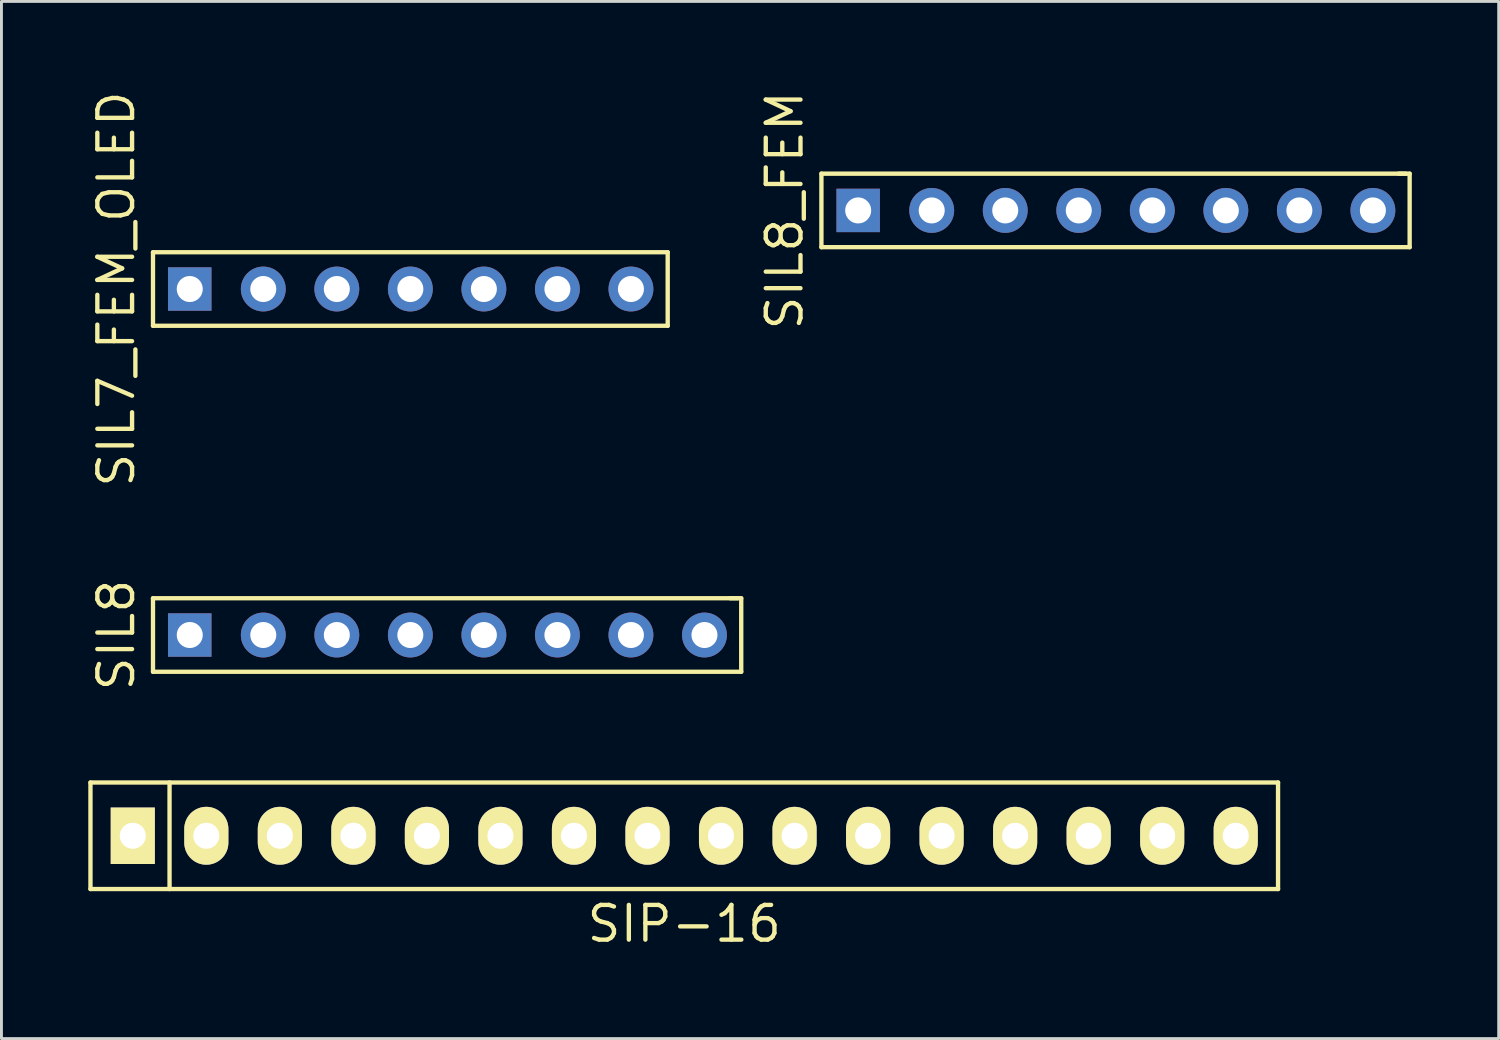
<source format=kicad_pcb>
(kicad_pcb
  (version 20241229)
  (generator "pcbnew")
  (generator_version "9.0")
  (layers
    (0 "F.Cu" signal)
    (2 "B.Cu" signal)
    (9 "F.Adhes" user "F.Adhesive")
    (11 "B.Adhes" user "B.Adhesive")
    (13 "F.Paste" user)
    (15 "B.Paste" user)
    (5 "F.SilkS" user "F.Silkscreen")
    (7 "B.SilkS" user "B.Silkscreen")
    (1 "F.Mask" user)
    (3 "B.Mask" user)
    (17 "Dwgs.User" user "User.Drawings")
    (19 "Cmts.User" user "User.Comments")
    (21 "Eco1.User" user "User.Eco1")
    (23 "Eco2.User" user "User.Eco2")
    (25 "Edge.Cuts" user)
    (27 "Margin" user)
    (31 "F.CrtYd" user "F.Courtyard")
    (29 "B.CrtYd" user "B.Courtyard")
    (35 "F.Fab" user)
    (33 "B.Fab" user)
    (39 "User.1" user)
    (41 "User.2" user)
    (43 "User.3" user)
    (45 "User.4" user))
  (footprint "SIL8"
    (layer "F.Cu")
    (at 8.585 18.886)
    (property "Reference" "SIL8" (at -7.62 0 90) (layer "F.SilkS") (effects (font (size 1.2 1.2) (thickness 0.15))))
    (attr through_hole)
    (fp_line (start -6.35 -1.27) (end 13.843 -1.27) (stroke (width 0.15) (type solid)) (layer "F.SilkS"))
    (fp_line (start -6.35 1.27) (end -6.35 -1.27) (stroke (width 0.15) (type solid)) (layer "F.SilkS"))
    (fp_line (start -6.35 1.27) (end 13.97 1.27) (stroke (width 0.15) (type solid)) (layer "F.SilkS"))
    (fp_line (start 13.97 -1.27) (end 13.589 -1.27) (stroke (width 0.15) (type solid)) (layer "F.SilkS"))
    (fp_line (start 13.97 1.27) (end 13.97 -1.27) (stroke (width 0.15) (type solid)) (layer "F.SilkS"))
    (pad "1" thru_hole rect (at -5.08 0) (size 1.5 1.5) (drill 0.9) (layers "*.Cu" "*.Mask"))
    (pad "2" thru_hole circle (at -2.54 0) (size 1.55 1.55) (drill 0.9) (layers "*.Cu" "*.Mask"))
    (pad "3" thru_hole circle (at 0 0) (size 1.55 1.55) (drill 0.9) (layers "*.Cu" "*.Mask"))
    (pad "4" thru_hole circle (at 2.54 0) (size 1.55 1.55) (drill 0.9) (layers "*.Cu" "*.Mask"))
    (pad "5" thru_hole circle (at 5.08 0) (size 1.55 1.55) (drill 0.9) (layers "*.Cu" "*.Mask"))
    (pad "6" thru_hole circle (at 7.62 0 90) (size 1.55 1.55) (drill 0.9) (layers "*.Cu" "*.Mask"))
    (pad "7" thru_hole circle (at 10.16 0) (size 1.55 1.55) (drill 0.9) (layers "*.Cu" "*.Mask"))
    (pad "8" thru_hole circle (at 12.7 0) (size 1.55 1.55) (drill 0.9) (layers "*.Cu" "*.Mask")))
  (footprint "SIL7_FEM_OLED"
    (layer "F.Cu")
    (at 11.125 6.934)
    (property "Reference" "SIL7_FEM_OLED" (at -10.16 0 90) (layer "F.SilkS") (effects (font (size 1.2 1.2) (thickness 0.15))))
    (attr through_hole)
    (fp_line (start -8.89 -1.27) (end 8.89 -1.27) (stroke (width 0.15) (type solid)) (layer "F.SilkS"))
    (fp_line (start -8.89 1.27) (end -8.89 -1.27) (stroke (width 0.15) (type solid)) (layer "F.SilkS"))
    (fp_line (start -8.89 1.27) (end 8.89 1.27) (stroke (width 0.15) (type solid)) (layer "F.SilkS"))
    (fp_line (start 8.89 1.27) (end 8.89 -1.27) (stroke (width 0.15) (type solid)) (layer "F.SilkS"))
    (pad "1" thru_hole rect (at -7.62 0) (size 1.5 1.5) (drill 0.9) (layers "*.Cu" "*.Mask"))
    (pad "2" thru_hole circle (at -5.08 0) (size 1.55 1.55) (drill 0.9) (layers "*.Cu" "*.Mask"))
    (pad "3" thru_hole circle (at -2.54 0) (size 1.55 1.55) (drill 0.9) (layers "*.Cu" "*.Mask"))
    (pad "4" thru_hole circle (at 0 0) (size 1.55 1.55) (drill 0.9) (layers "*.Cu" "*.Mask"))
    (pad "5" thru_hole circle (at 2.54 0) (size 1.55 1.55) (drill 0.9) (layers "*.Cu" "*.Mask"))
    (pad "6" thru_hole circle (at 5.08 0 90) (size 1.55 1.55) (drill 0.9) (layers "*.Cu" "*.Mask"))
    (pad "7" thru_hole circle (at 7.62 0) (size 1.55 1.55) (drill 0.9) (layers "*.Cu" "*.Mask")))
  (footprint "SIP-16"
    (layer "F.Cu")
    (at 20.587 25.821)
    (property "Reference" "SIP-16" (at 0 3.04 0) (layer "F.SilkS") (effects (font (size 1.2 1.2) (thickness 0.15))))
    (attr through_hole)
    (fp_line (start -20.512 -1.84) (end 20.512 -1.84) (stroke (width 0.15) (type solid)) (layer "F.SilkS"))
    (fp_line (start -20.512 1.84) (end -20.512 -1.84) (stroke (width 0.15) (type solid)) (layer "F.SilkS"))
    (fp_line (start -17.78 -1.84) (end -17.78 1.84) (stroke (width 0.15) (type solid)) (layer "F.SilkS"))
    (fp_line (start 20.512 -1.84) (end 20.512 1.84) (stroke (width 0.15) (type solid)) (layer "F.SilkS"))
    (fp_line (start 20.512 1.84) (end -20.512 1.84) (stroke (width 0.15) (type solid)) (layer "F.SilkS"))
    (pad "1" thru_hole rect (at -19.05 0) (size 1.524 1.95) (drill 0.9) (layers "*.Cu" "*.Mask" "F.SilkS"))
    (pad "2" thru_hole oval (at -16.51 0) (size 1.524 2) (drill 0.9) (layers "*.Cu" "*.Mask" "F.SilkS"))
    (pad "3" thru_hole oval (at -13.97 0) (size 1.524 2) (drill 0.9) (layers "*.Cu" "*.Mask" "F.SilkS"))
    (pad "4" thru_hole oval (at -11.43 0) (size 1.524 2) (drill 0.9) (layers "*.Cu" "*.Mask" "F.SilkS"))
    (pad "5" thru_hole oval (at -8.89 0) (size 1.524 2) (drill 0.9) (layers "*.Cu" "*.Mask" "F.SilkS"))
    (pad "6" thru_hole oval (at -6.35 0) (size 1.524 2) (drill 0.9) (layers "*.Cu" "*.Mask" "F.SilkS"))
    (pad "7" thru_hole oval (at -3.81 0) (size 1.524 2) (drill 0.9) (layers "*.Cu" "*.Mask" "F.SilkS"))
    (pad "8" thru_hole oval (at -1.27 0) (size 1.524 2) (drill 0.9) (layers "*.Cu" "*.Mask" "F.SilkS"))
    (pad "9" thru_hole oval (at 1.27 0) (size 1.524 2) (drill 0.9) (layers "*.Cu" "*.Mask" "F.SilkS"))
    (pad "10" thru_hole oval (at 3.81 0) (size 1.524 2) (drill 0.9) (layers "*.Cu" "*.Mask" "F.SilkS"))
    (pad "11" thru_hole oval (at 6.35 0) (size 1.524 2) (drill 0.9) (layers "*.Cu" "*.Mask" "F.SilkS"))
    (pad "12" thru_hole oval (at 8.89 0) (size 1.524 2) (drill 0.9) (layers "*.Cu" "*.Mask" "F.SilkS"))
    (pad "13" thru_hole oval (at 11.43 0) (size 1.524 2) (drill 0.9) (layers "*.Cu" "*.Mask" "F.SilkS"))
    (pad "14" thru_hole oval (at 13.97 0) (size 1.524 2) (drill 0.9) (layers "*.Cu" "*.Mask" "F.SilkS"))
    (pad "15" thru_hole oval (at 16.51 0) (size 1.524 2) (drill 0.9) (layers "*.Cu" "*.Mask" "F.SilkS"))
    (pad "16" thru_hole oval (at 19.05 0) (size 1.524 2) (drill 0.9) (layers "*.Cu" "*.Mask" "F.SilkS")))
  (footprint "SIL8_FEM"
    (layer "F.Cu")
    (at 31.675 4.219)
    (property "Reference" "SIL8_FEM" (at -7.62 0 90) (layer "F.SilkS") (effects (font (size 1.2 1.2) (thickness 0.15))))
    (attr through_hole)
    (fp_line (start -6.35 -1.27) (end 13.843 -1.27) (stroke (width 0.15) (type solid)) (layer "F.SilkS"))
    (fp_line (start -6.35 1.27) (end -6.35 -1.27) (stroke (width 0.15) (type solid)) (layer "F.SilkS"))
    (fp_line (start -6.35 1.27) (end 13.97 1.27) (stroke (width 0.15) (type solid)) (layer "F.SilkS"))
    (fp_line (start 13.97 -1.27) (end 13.589 -1.27) (stroke (width 0.15) (type solid)) (layer "F.SilkS"))
    (fp_line (start 13.97 1.27) (end 13.97 -1.27) (stroke (width 0.15) (type solid)) (layer "F.SilkS"))
    (pad "1" thru_hole rect (at -5.08 0) (size 1.5 1.5) (drill 0.9) (layers "*.Cu" "*.Mask"))
    (pad "2" thru_hole circle (at -2.54 0) (size 1.55 1.55) (drill 0.9) (layers "*.Cu" "*.Mask"))
    (pad "3" thru_hole circle (at 0 0) (size 1.55 1.55) (drill 0.9) (layers "*.Cu" "*.Mask"))
    (pad "4" thru_hole circle (at 2.54 0) (size 1.55 1.55) (drill 0.9) (layers "*.Cu" "*.Mask"))
    (pad "5" thru_hole circle (at 5.08 0) (size 1.55 1.55) (drill 0.9) (layers "*.Cu" "*.Mask"))
    (pad "6" thru_hole circle (at 7.62 0 90) (size 1.55 1.55) (drill 0.9) (layers "*.Cu" "*.Mask"))
    (pad "7" thru_hole circle (at 10.16 0) (size 1.55 1.55) (drill 0.9) (layers "*.Cu" "*.Mask"))
    (pad "8" thru_hole circle (at 12.7 0) (size 1.55 1.55) (drill 0.9) (layers "*.Cu" "*.Mask")))
  (gr_rect
    (start -3 -3)
    (end 48.721 32.826)
    (stroke (width 0.1) (type default))
    (fill no)
    (layer "Edge.Cuts")))
</source>
